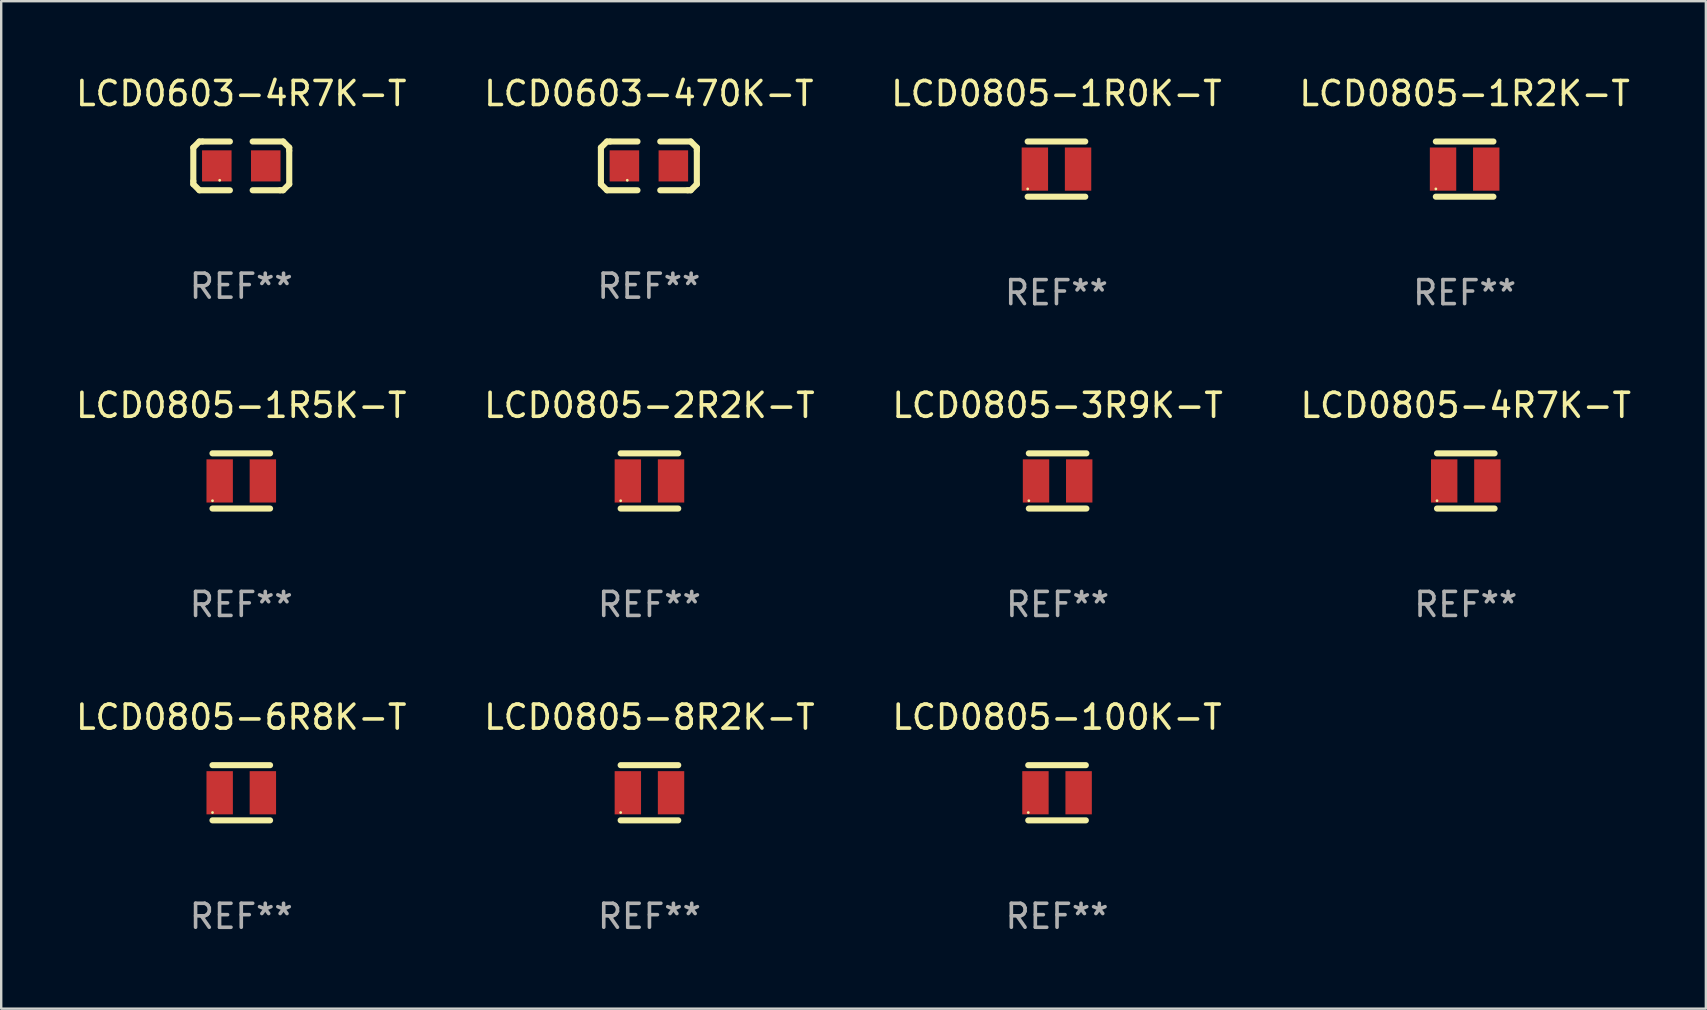
<source format=kicad_pcb>
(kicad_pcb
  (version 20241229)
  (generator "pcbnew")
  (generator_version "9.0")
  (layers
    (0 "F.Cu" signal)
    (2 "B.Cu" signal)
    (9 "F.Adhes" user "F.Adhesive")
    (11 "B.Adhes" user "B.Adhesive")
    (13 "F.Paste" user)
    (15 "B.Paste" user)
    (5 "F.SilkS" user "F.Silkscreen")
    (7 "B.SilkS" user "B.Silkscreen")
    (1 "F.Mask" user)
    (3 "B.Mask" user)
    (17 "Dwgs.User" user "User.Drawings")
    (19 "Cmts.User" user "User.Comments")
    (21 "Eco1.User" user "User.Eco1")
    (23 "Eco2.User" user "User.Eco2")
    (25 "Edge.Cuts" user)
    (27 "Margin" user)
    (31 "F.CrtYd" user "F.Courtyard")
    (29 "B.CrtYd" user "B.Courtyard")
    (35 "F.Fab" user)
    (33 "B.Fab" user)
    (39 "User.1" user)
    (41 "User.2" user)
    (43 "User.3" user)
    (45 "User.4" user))
  (footprint "LCD0805-100K-T"
    (layer "F.Cu")
    (at 41.006 29.991)
    (property "Reference" "LCD0805-100K-T" (at 0 -3.15 0) (layer "F.SilkS") (effects (font (size 1 1) (thickness 0.15))))
    (attr through_hole)
    (fp_line (start -1.2 -1.15) (end 1.2 -1.15) (stroke (width 0.254) (type solid)) (layer "F.SilkS"))
    (fp_line (start -1.2 1.15) (end 1.2 1.15) (stroke (width 0.254) (type solid)) (layer "F.SilkS"))
    (fp_circle (center -1.199 0.825) (end -1.169 0.825) (stroke (width 0.06) (type solid)) (fill no) (layer "F.SilkS"))
    (fp_text user "REF**" (at 0 5.15 0) (layer "F.Fab") (effects (font (size 1 1) (thickness 0.15))))
    (pad "1" smd rect (at -0.9 0) (size 1.1 1.8) (layers "F.Cu" "F.Mask" "F.Paste"))
    (pad "2" smd rect (at 0.9 0) (size 1.1 1.8) (layers "F.Cu" "F.Mask" "F.Paste")))
  (footprint "LCD0603-470K-T"
    (layer "F.Cu")
    (at 23.994 3.864)
    (property "Reference" "LCD0603-470K-T" (at 0 -3.016 0) (layer "F.SilkS") (effects (font (size 1 1) (thickness 0.15))))
    (attr through_hole)
    (fp_line (start -1.999 -0.762) (end -1.999 0.635) (stroke (width 0.254) (type solid)) (layer "F.SilkS"))
    (fp_line (start -1.999 0.635) (end -1.999 0.762) (stroke (width 0.254) (type solid)) (layer "F.SilkS"))
    (fp_line (start -1.999 0.762) (end -1.745 1.016) (stroke (width 0.254) (type solid)) (layer "F.SilkS"))
    (fp_line (start -1.745 -1.016) (end -1.999 -0.762) (stroke (width 0.254) (type solid)) (layer "F.SilkS"))
    (fp_line (start -1.745 1.016) (end -0.475 1.016) (stroke (width 0.254) (type solid)) (layer "F.SilkS"))
    (fp_line (start -1.618 -1.016) (end -1.745 -1.016) (stroke (width 0.254) (type solid)) (layer "F.SilkS"))
    (fp_line (start -0.475 -1.016) (end -1.618 -1.016) (stroke (width 0.254) (type solid)) (layer "F.SilkS"))
    (fp_line (start 0.475 1.016) (end 1.618 1.016) (stroke (width 0.254) (type solid)) (layer "F.SilkS"))
    (fp_line (start 1.618 1.016) (end 1.745 1.016) (stroke (width 0.254) (type solid)) (layer "F.SilkS"))
    (fp_line (start 1.745 -1.016) (end 0.475 -1.016) (stroke (width 0.254) (type solid)) (layer "F.SilkS"))
    (fp_line (start 1.745 1.016) (end 1.999 0.762) (stroke (width 0.254) (type solid)) (layer "F.SilkS"))
    (fp_line (start 1.999 -0.762) (end 1.745 -1.016) (stroke (width 0.254) (type solid)) (layer "F.SilkS"))
    (fp_line (start 1.999 -0.635) (end 1.999 -0.762) (stroke (width 0.254) (type solid)) (layer "F.SilkS"))
    (fp_line (start 1.999 0.762) (end 1.999 -0.635) (stroke (width 0.254) (type solid)) (layer "F.SilkS"))
    (fp_circle (center -0.9 0.6) (end -0.87 0.6) (stroke (width 0.06) (type solid)) (fill no) (layer "F.SilkS"))
    (fp_text user "REF**" (at 0 5.016 0) (layer "F.Fab") (effects (font (size 1 1) (thickness 0.15))))
    (pad "1" smd rect (at -1.02 0) (size 1.23 1.296) (layers "F.Cu" "F.Mask" "F.Paste"))
    (pad "2" smd rect (at 1.02 0) (size 1.23 1.296) (layers "F.Cu" "F.Mask" "F.Paste")))
  (footprint "LCD0805-8R2K-T"
    (layer "F.Cu")
    (at 24.018 29.991)
    (property "Reference" "LCD0805-8R2K-T" (at 0 -3.15 0) (layer "F.SilkS") (effects (font (size 1 1) (thickness 0.15))))
    (attr through_hole)
    (fp_line (start -1.2 -1.15) (end 1.2 -1.15) (stroke (width 0.254) (type solid)) (layer "F.SilkS"))
    (fp_line (start -1.2 1.15) (end 1.2 1.15) (stroke (width 0.254) (type solid)) (layer "F.SilkS"))
    (fp_circle (center -1.199 0.825) (end -1.169 0.825) (stroke (width 0.06) (type solid)) (fill no) (layer "F.SilkS"))
    (fp_text user "REF**" (at 0 5.15 0) (layer "F.Fab") (effects (font (size 1 1) (thickness 0.15))))
    (pad "1" smd rect (at -0.9 0) (size 1.1 1.8) (layers "F.Cu" "F.Mask" "F.Paste"))
    (pad "2" smd rect (at 0.9 0) (size 1.1 1.8) (layers "F.Cu" "F.Mask" "F.Paste")))
  (footprint "LCD0805-1R2K-T"
    (layer "F.Cu")
    (at 57.994 3.998)
    (property "Reference" "LCD0805-1R2K-T" (at 0 -3.15 0) (layer "F.SilkS") (effects (font (size 1 1) (thickness 0.15))))
    (attr through_hole)
    (fp_line (start -1.2 -1.15) (end 1.2 -1.15) (stroke (width 0.254) (type solid)) (layer "F.SilkS"))
    (fp_line (start -1.2 1.15) (end 1.2 1.15) (stroke (width 0.254) (type solid)) (layer "F.SilkS"))
    (fp_circle (center -1.199 0.825) (end -1.169 0.825) (stroke (width 0.06) (type solid)) (fill no) (layer "F.SilkS"))
    (fp_text user "REF**" (at 0 5.15 0) (layer "F.Fab") (effects (font (size 1 1) (thickness 0.15))))
    (pad "1" smd rect (at -0.9 0) (size 1.1 1.8) (layers "F.Cu" "F.Mask" "F.Paste"))
    (pad "2" smd rect (at 0.9 0) (size 1.1 1.8) (layers "F.Cu" "F.Mask" "F.Paste")))
  (footprint "LCD0805-6R8K-T"
    (layer "F.Cu")
    (at 7.006 29.991)
    (property "Reference" "LCD0805-6R8K-T" (at 0 -3.15 0) (layer "F.SilkS") (effects (font (size 1 1) (thickness 0.15))))
    (attr through_hole)
    (fp_line (start -1.2 -1.15) (end 1.2 -1.15) (stroke (width 0.254) (type solid)) (layer "F.SilkS"))
    (fp_line (start -1.2 1.15) (end 1.2 1.15) (stroke (width 0.254) (type solid)) (layer "F.SilkS"))
    (fp_circle (center -1.199 0.825) (end -1.169 0.825) (stroke (width 0.06) (type solid)) (fill no) (layer "F.SilkS"))
    (fp_text user "REF**" (at 0 5.15 0) (layer "F.Fab") (effects (font (size 1 1) (thickness 0.15))))
    (pad "1" smd rect (at -0.9 0) (size 1.1 1.8) (layers "F.Cu" "F.Mask" "F.Paste"))
    (pad "2" smd rect (at 0.9 0) (size 1.1 1.8) (layers "F.Cu" "F.Mask" "F.Paste")))
  (footprint "LCD0805-3R9K-T"
    (layer "F.Cu")
    (at 41.03 16.995)
    (property "Reference" "LCD0805-3R9K-T" (at 0 -3.15 0) (layer "F.SilkS") (effects (font (size 1 1) (thickness 0.15))))
    (attr through_hole)
    (fp_line (start -1.2 -1.15) (end 1.2 -1.15) (stroke (width 0.254) (type solid)) (layer "F.SilkS"))
    (fp_line (start -1.2 1.15) (end 1.2 1.15) (stroke (width 0.254) (type solid)) (layer "F.SilkS"))
    (fp_circle (center -1.199 0.825) (end -1.169 0.825) (stroke (width 0.06) (type solid)) (fill no) (layer "F.SilkS"))
    (fp_text user "REF**" (at 0 5.15 0) (layer "F.Fab") (effects (font (size 1 1) (thickness 0.15))))
    (pad "1" smd rect (at -0.9 0) (size 1.1 1.8) (layers "F.Cu" "F.Mask" "F.Paste"))
    (pad "2" smd rect (at 0.9 0) (size 1.1 1.8) (layers "F.Cu" "F.Mask" "F.Paste")))
  (footprint "LCD0805-1R0K-T"
    (layer "F.Cu")
    (at 40.982 3.998)
    (property "Reference" "LCD0805-1R0K-T" (at 0 -3.15 0) (layer "F.SilkS") (effects (font (size 1 1) (thickness 0.15))))
    (attr through_hole)
    (fp_line (start -1.2 -1.15) (end 1.2 -1.15) (stroke (width 0.254) (type solid)) (layer "F.SilkS"))
    (fp_line (start -1.2 1.15) (end 1.2 1.15) (stroke (width 0.254) (type solid)) (layer "F.SilkS"))
    (fp_circle (center -1.199 0.825) (end -1.169 0.825) (stroke (width 0.06) (type solid)) (fill no) (layer "F.SilkS"))
    (fp_text user "REF**" (at 0 5.15 0) (layer "F.Fab") (effects (font (size 1 1) (thickness 0.15))))
    (pad "1" smd rect (at -0.9 0) (size 1.1 1.8) (layers "F.Cu" "F.Mask" "F.Paste"))
    (pad "2" smd rect (at 0.9 0) (size 1.1 1.8) (layers "F.Cu" "F.Mask" "F.Paste")))
  (footprint "LCD0805-2R2K-T"
    (layer "F.Cu")
    (at 24.018 16.995)
    (property "Reference" "LCD0805-2R2K-T" (at 0 -3.15 0) (layer "F.SilkS") (effects (font (size 1 1) (thickness 0.15))))
    (attr through_hole)
    (fp_line (start -1.2 -1.15) (end 1.2 -1.15) (stroke (width 0.254) (type solid)) (layer "F.SilkS"))
    (fp_line (start -1.2 1.15) (end 1.2 1.15) (stroke (width 0.254) (type solid)) (layer "F.SilkS"))
    (fp_circle (center -1.199 0.825) (end -1.169 0.825) (stroke (width 0.06) (type solid)) (fill no) (layer "F.SilkS"))
    (fp_text user "REF**" (at 0 5.15 0) (layer "F.Fab") (effects (font (size 1 1) (thickness 0.15))))
    (pad "1" smd rect (at -0.9 0) (size 1.1 1.8) (layers "F.Cu" "F.Mask" "F.Paste"))
    (pad "2" smd rect (at 0.9 0) (size 1.1 1.8) (layers "F.Cu" "F.Mask" "F.Paste")))
  (footprint "LCD0805-1R5K-T"
    (layer "F.Cu")
    (at 7.006 16.995)
    (property "Reference" "LCD0805-1R5K-T" (at 0 -3.15 0) (layer "F.SilkS") (effects (font (size 1 1) (thickness 0.15))))
    (attr through_hole)
    (fp_line (start -1.2 -1.15) (end 1.2 -1.15) (stroke (width 0.254) (type solid)) (layer "F.SilkS"))
    (fp_line (start -1.2 1.15) (end 1.2 1.15) (stroke (width 0.254) (type solid)) (layer "F.SilkS"))
    (fp_circle (center -1.199 0.825) (end -1.169 0.825) (stroke (width 0.06) (type solid)) (fill no) (layer "F.SilkS"))
    (fp_text user "REF**" (at 0 5.15 0) (layer "F.Fab") (effects (font (size 1 1) (thickness 0.15))))
    (pad "1" smd rect (at -0.9 0) (size 1.1 1.8) (layers "F.Cu" "F.Mask" "F.Paste"))
    (pad "2" smd rect (at 0.9 0) (size 1.1 1.8) (layers "F.Cu" "F.Mask" "F.Paste")))
  (footprint "LCD0805-4R7K-T"
    (layer "F.Cu")
    (at 58.042 16.995)
    (property "Reference" "LCD0805-4R7K-T" (at 0 -3.15 0) (layer "F.SilkS") (effects (font (size 1 1) (thickness 0.15))))
    (attr through_hole)
    (fp_line (start -1.2 -1.15) (end 1.2 -1.15) (stroke (width 0.254) (type solid)) (layer "F.SilkS"))
    (fp_line (start -1.2 1.15) (end 1.2 1.15) (stroke (width 0.254) (type solid)) (layer "F.SilkS"))
    (fp_circle (center -1.199 0.825) (end -1.169 0.825) (stroke (width 0.06) (type solid)) (fill no) (layer "F.SilkS"))
    (fp_text user "REF**" (at 0 5.15 0) (layer "F.Fab") (effects (font (size 1 1) (thickness 0.15))))
    (pad "1" smd rect (at -0.9 0) (size 1.1 1.8) (layers "F.Cu" "F.Mask" "F.Paste"))
    (pad "2" smd rect (at 0.9 0) (size 1.1 1.8) (layers "F.Cu" "F.Mask" "F.Paste")))
  (footprint "LCD0603-4R7K-T"
    (layer "F.Cu")
    (at 7.006 3.864)
    (property "Reference" "LCD0603-4R7K-T" (at 0 -3.016 0) (layer "F.SilkS") (effects (font (size 1 1) (thickness 0.15))))
    (attr through_hole)
    (fp_line (start -1.999 -0.762) (end -1.999 0.635) (stroke (width 0.254) (type solid)) (layer "F.SilkS"))
    (fp_line (start -1.999 0.635) (end -1.999 0.762) (stroke (width 0.254) (type solid)) (layer "F.SilkS"))
    (fp_line (start -1.999 0.762) (end -1.745 1.016) (stroke (width 0.254) (type solid)) (layer "F.SilkS"))
    (fp_line (start -1.745 -1.016) (end -1.999 -0.762) (stroke (width 0.254) (type solid)) (layer "F.SilkS"))
    (fp_line (start -1.745 1.016) (end -0.475 1.016) (stroke (width 0.254) (type solid)) (layer "F.SilkS"))
    (fp_line (start -1.618 -1.016) (end -1.745 -1.016) (stroke (width 0.254) (type solid)) (layer "F.SilkS"))
    (fp_line (start -0.475 -1.016) (end -1.618 -1.016) (stroke (width 0.254) (type solid)) (layer "F.SilkS"))
    (fp_line (start 0.475 1.016) (end 1.618 1.016) (stroke (width 0.254) (type solid)) (layer "F.SilkS"))
    (fp_line (start 1.618 1.016) (end 1.745 1.016) (stroke (width 0.254) (type solid)) (layer "F.SilkS"))
    (fp_line (start 1.745 -1.016) (end 0.475 -1.016) (stroke (width 0.254) (type solid)) (layer "F.SilkS"))
    (fp_line (start 1.745 1.016) (end 1.999 0.762) (stroke (width 0.254) (type solid)) (layer "F.SilkS"))
    (fp_line (start 1.999 -0.762) (end 1.745 -1.016) (stroke (width 0.254) (type solid)) (layer "F.SilkS"))
    (fp_line (start 1.999 -0.635) (end 1.999 -0.762) (stroke (width 0.254) (type solid)) (layer "F.SilkS"))
    (fp_line (start 1.999 0.762) (end 1.999 -0.635) (stroke (width 0.254) (type solid)) (layer "F.SilkS"))
    (fp_circle (center -0.9 0.6) (end -0.87 0.6) (stroke (width 0.06) (type solid)) (fill no) (layer "F.SilkS"))
    (fp_text user "REF**" (at 0 5.016 0) (layer "F.Fab") (effects (font (size 1 1) (thickness 0.15))))
    (pad "1" smd rect (at -1.02 0) (size 1.23 1.296) (layers "F.Cu" "F.Mask" "F.Paste"))
    (pad "2" smd rect (at 1.02 0) (size 1.23 1.296) (layers "F.Cu" "F.Mask" "F.Paste")))
  (gr_rect
    (start -3 -3)
    (end 68.048 38.99)
    (stroke (width 0.1) (type default))
    (fill no)
    (layer "Edge.Cuts")))
</source>
